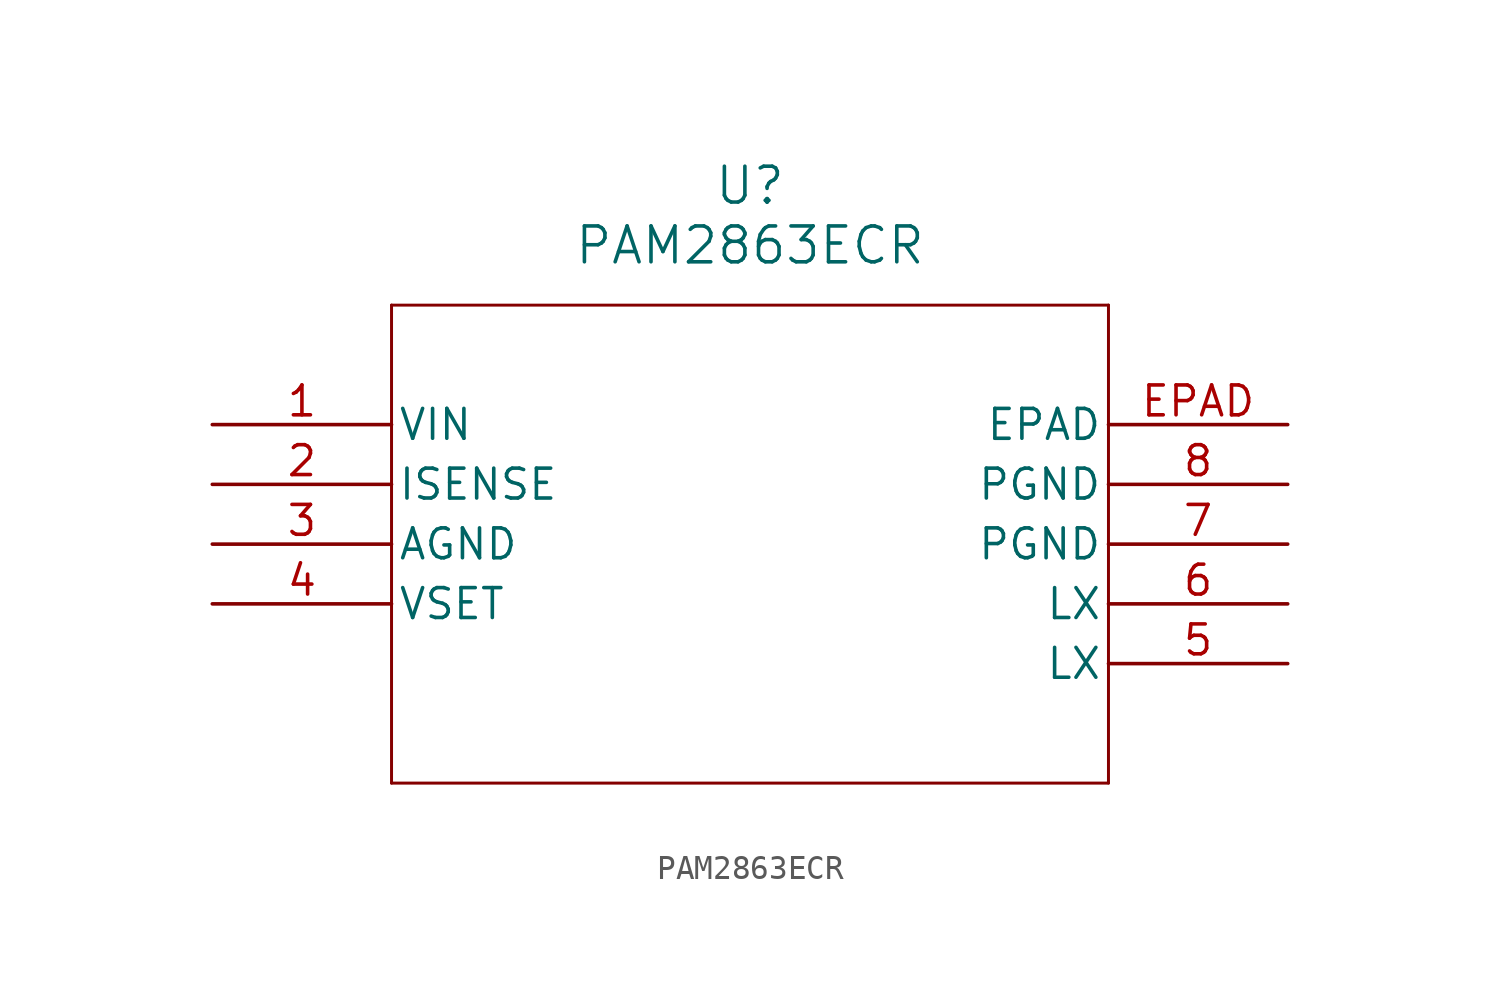
<source format=kicad_sym>
(kicad_symbol_lib
  (version 20231120)
  (generator "kicad_symbol_editor")
  (generator_version "8.0")
  (symbol "PAM2863ECR"
    (pin_names
      (offset 0.254))
    (property "Reference" "U"
      (at 22.86 10.16 0)
      (effects (font (size 1.524 1.524))))
    (property "Value" "PAM2863ECR"
      (at 22.86 7.62 0)
      (effects (font (size 1.524 1.524))))
    (symbol "PAM2863ECR_0_1"
      (polyline (pts (xy 7.62 -15.24) (xy 38.1 -15.24)) (stroke (width 0.127) (type default)) (fill (type none)))
      (polyline (pts (xy 7.62 5.08) (xy 7.62 -15.24)) (stroke (width 0.127) (type default)) (fill (type none)))
      (polyline (pts (xy 38.1 -15.24) (xy 38.1 5.08)) (stroke (width 0.127) (type default)) (fill (type none)))
      (polyline (pts (xy 38.1 5.08) (xy 7.62 5.08)) (stroke (width 0.127) (type default)) (fill (type none))))
    (symbol "PAM2863ECR_1_1"
      (pin input line (at 0 0 0) (length 7.62) (name "VIN" (effects (font (size 1.27 1.27)))) (number "1" (effects (font (size 1.27 1.27)))))
      (pin input line (at 0 -2.54 0) (length 7.62) (name "ISENSE" (effects (font (size 1.27 1.27)))) (number "2" (effects (font (size 1.27 1.27)))))
      (pin power_in line (at 0 -5.08 0) (length 7.62) (name "AGND" (effects (font (size 1.27 1.27)))) (number "3" (effects (font (size 1.27 1.27)))))
      (pin input line (at 0 -7.62 0) (length 7.62) (name "VSET" (effects (font (size 1.27 1.27)))) (number "4" (effects (font (size 1.27 1.27)))))
      (pin output line (at 45.72 -10.16 180) (length 7.62) (name "LX" (effects (font (size 1.27 1.27)))) (number "5" (effects (font (size 1.27 1.27)))))
      (pin output line (at 45.72 -7.62 180) (length 7.62) (name "LX" (effects (font (size 1.27 1.27)))) (number "6" (effects (font (size 1.27 1.27)))))
      (pin power_in line (at 45.72 -5.08 180) (length 7.62) (name "PGND" (effects (font (size 1.27 1.27)))) (number "7" (effects (font (size 1.27 1.27)))))
      (pin power_in line (at 45.72 -2.54 180) (length 7.62) (name "PGND" (effects (font (size 1.27 1.27)))) (number "8" (effects (font (size 1.27 1.27)))))
      (pin power_in line (at 45.72 0 180) (length 7.62) (name "EPAD" (effects (font (size 1.27 1.27)))) (number "EPAD" (effects (font (size 1.27 1.27))))))))
</source>
